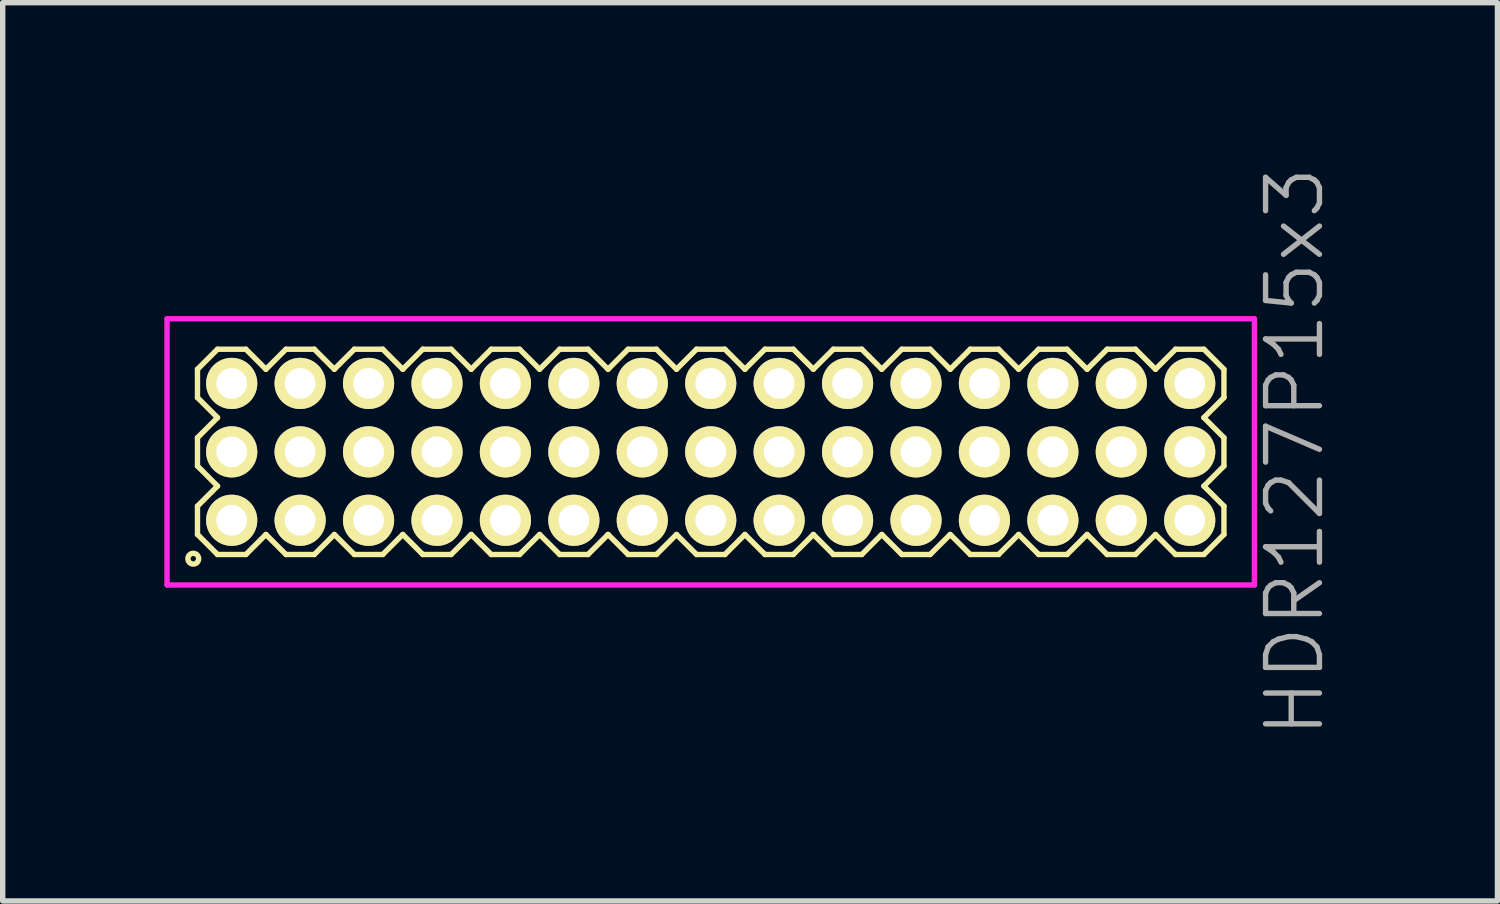
<source format=kicad_pcb>
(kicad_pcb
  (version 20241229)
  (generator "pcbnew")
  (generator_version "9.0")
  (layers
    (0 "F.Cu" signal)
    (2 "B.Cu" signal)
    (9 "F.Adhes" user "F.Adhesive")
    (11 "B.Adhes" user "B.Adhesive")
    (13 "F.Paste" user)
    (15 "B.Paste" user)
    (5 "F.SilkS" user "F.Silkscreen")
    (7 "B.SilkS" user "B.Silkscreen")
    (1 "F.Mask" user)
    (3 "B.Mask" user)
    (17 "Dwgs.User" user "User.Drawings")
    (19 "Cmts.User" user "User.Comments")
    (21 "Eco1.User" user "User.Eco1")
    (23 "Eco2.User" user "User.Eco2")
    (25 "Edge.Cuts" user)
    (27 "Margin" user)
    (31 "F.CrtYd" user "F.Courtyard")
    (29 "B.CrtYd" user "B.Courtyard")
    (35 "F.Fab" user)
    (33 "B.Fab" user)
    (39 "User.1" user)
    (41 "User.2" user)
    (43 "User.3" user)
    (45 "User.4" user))
  (footprint "HDR127P15x3"
    (layer "F.Cu")
    (at 10.14 5.336)
    (property "Reference" "HDR127P15x3" (at 10.84 0 90) (layer "F.Fab") (effects (font (size 1 1) (thickness 0.1))))
    (attr through_hole)
    (fp_line (start -9.525 -1.533) (end -9.153 -1.905) (stroke (width 0.1) (type solid)) (layer "F.SilkS"))
    (fp_line (start -9.525 -1.007) (end -9.525 -1.533) (stroke (width 0.1) (type solid)) (layer "F.SilkS"))
    (fp_line (start -9.525 -0.263) (end -9.153 -0.635) (stroke (width 0.1) (type solid)) (layer "F.SilkS"))
    (fp_line (start -9.525 0.263) (end -9.525 -0.263) (stroke (width 0.1) (type solid)) (layer "F.SilkS"))
    (fp_line (start -9.525 1.007) (end -9.153 0.635) (stroke (width 0.1) (type solid)) (layer "F.SilkS"))
    (fp_line (start -9.525 1.533) (end -9.525 1.007) (stroke (width 0.1) (type solid)) (layer "F.SilkS"))
    (fp_line (start -9.153 -1.905) (end -8.627 -1.905) (stroke (width 0.1) (type solid)) (layer "F.SilkS"))
    (fp_line (start -9.153 -0.635) (end -9.525 -1.007) (stroke (width 0.1) (type solid)) (layer "F.SilkS"))
    (fp_line (start -9.153 0.635) (end -9.525 0.263) (stroke (width 0.1) (type solid)) (layer "F.SilkS"))
    (fp_line (start -9.153 1.905) (end -9.525 1.533) (stroke (width 0.1) (type solid)) (layer "F.SilkS"))
    (fp_line (start -8.627 -1.905) (end -8.255 -1.533) (stroke (width 0.1) (type solid)) (layer "F.SilkS"))
    (fp_line (start -8.627 1.905) (end -9.153 1.905) (stroke (width 0.1) (type solid)) (layer "F.SilkS"))
    (fp_line (start -8.255 -1.533) (end -7.883 -1.905) (stroke (width 0.1) (type solid)) (layer "F.SilkS"))
    (fp_line (start -8.255 1.533) (end -8.627 1.905) (stroke (width 0.1) (type solid)) (layer "F.SilkS"))
    (fp_line (start -7.883 -1.905) (end -7.357 -1.905) (stroke (width 0.1) (type solid)) (layer "F.SilkS"))
    (fp_line (start -7.883 1.905) (end -8.255 1.533) (stroke (width 0.1) (type solid)) (layer "F.SilkS"))
    (fp_line (start -7.357 -1.905) (end -6.985 -1.533) (stroke (width 0.1) (type solid)) (layer "F.SilkS"))
    (fp_line (start -7.357 1.905) (end -7.883 1.905) (stroke (width 0.1) (type solid)) (layer "F.SilkS"))
    (fp_line (start -6.985 -1.533) (end -6.613 -1.905) (stroke (width 0.1) (type solid)) (layer "F.SilkS"))
    (fp_line (start -6.985 1.533) (end -7.357 1.905) (stroke (width 0.1) (type solid)) (layer "F.SilkS"))
    (fp_line (start -6.613 -1.905) (end -6.087 -1.905) (stroke (width 0.1) (type solid)) (layer "F.SilkS"))
    (fp_line (start -6.613 1.905) (end -6.985 1.533) (stroke (width 0.1) (type solid)) (layer "F.SilkS"))
    (fp_line (start -6.087 -1.905) (end -5.715 -1.533) (stroke (width 0.1) (type solid)) (layer "F.SilkS"))
    (fp_line (start -6.087 1.905) (end -6.613 1.905) (stroke (width 0.1) (type solid)) (layer "F.SilkS"))
    (fp_line (start -5.715 -1.533) (end -5.343 -1.905) (stroke (width 0.1) (type solid)) (layer "F.SilkS"))
    (fp_line (start -5.715 1.533) (end -6.087 1.905) (stroke (width 0.1) (type solid)) (layer "F.SilkS"))
    (fp_line (start -5.343 -1.905) (end -4.817 -1.905) (stroke (width 0.1) (type solid)) (layer "F.SilkS"))
    (fp_line (start -5.343 1.905) (end -5.715 1.533) (stroke (width 0.1) (type solid)) (layer "F.SilkS"))
    (fp_line (start -4.817 -1.905) (end -4.445 -1.533) (stroke (width 0.1) (type solid)) (layer "F.SilkS"))
    (fp_line (start -4.817 1.905) (end -5.343 1.905) (stroke (width 0.1) (type solid)) (layer "F.SilkS"))
    (fp_line (start -4.445 -1.533) (end -4.073 -1.905) (stroke (width 0.1) (type solid)) (layer "F.SilkS"))
    (fp_line (start -4.445 1.533) (end -4.817 1.905) (stroke (width 0.1) (type solid)) (layer "F.SilkS"))
    (fp_line (start -4.073 -1.905) (end -3.547 -1.905) (stroke (width 0.1) (type solid)) (layer "F.SilkS"))
    (fp_line (start -4.073 1.905) (end -4.445 1.533) (stroke (width 0.1) (type solid)) (layer "F.SilkS"))
    (fp_line (start -3.547 -1.905) (end -3.175 -1.533) (stroke (width 0.1) (type solid)) (layer "F.SilkS"))
    (fp_line (start -3.547 1.905) (end -4.073 1.905) (stroke (width 0.1) (type solid)) (layer "F.SilkS"))
    (fp_line (start -3.175 -1.533) (end -2.803 -1.905) (stroke (width 0.1) (type solid)) (layer "F.SilkS"))
    (fp_line (start -3.175 1.533) (end -3.547 1.905) (stroke (width 0.1) (type solid)) (layer "F.SilkS"))
    (fp_line (start -2.803 -1.905) (end -2.277 -1.905) (stroke (width 0.1) (type solid)) (layer "F.SilkS"))
    (fp_line (start -2.803 1.905) (end -3.175 1.533) (stroke (width 0.1) (type solid)) (layer "F.SilkS"))
    (fp_line (start -2.277 -1.905) (end -1.905 -1.533) (stroke (width 0.1) (type solid)) (layer "F.SilkS"))
    (fp_line (start -2.277 1.905) (end -2.803 1.905) (stroke (width 0.1) (type solid)) (layer "F.SilkS"))
    (fp_line (start -1.905 -1.533) (end -1.533 -1.905) (stroke (width 0.1) (type solid)) (layer "F.SilkS"))
    (fp_line (start -1.905 1.533) (end -2.277 1.905) (stroke (width 0.1) (type solid)) (layer "F.SilkS"))
    (fp_line (start -1.533 -1.905) (end -1.007 -1.905) (stroke (width 0.1) (type solid)) (layer "F.SilkS"))
    (fp_line (start -1.533 1.905) (end -1.905 1.533) (stroke (width 0.1) (type solid)) (layer "F.SilkS"))
    (fp_line (start -1.007 -1.905) (end -0.635 -1.533) (stroke (width 0.1) (type solid)) (layer "F.SilkS"))
    (fp_line (start -1.007 1.905) (end -1.533 1.905) (stroke (width 0.1) (type solid)) (layer "F.SilkS"))
    (fp_line (start -0.635 -1.533) (end -0.263 -1.905) (stroke (width 0.1) (type solid)) (layer "F.SilkS"))
    (fp_line (start -0.635 1.533) (end -1.007 1.905) (stroke (width 0.1) (type solid)) (layer "F.SilkS"))
    (fp_line (start -0.263 -1.905) (end 0.263 -1.905) (stroke (width 0.1) (type solid)) (layer "F.SilkS"))
    (fp_line (start -0.263 1.905) (end -0.635 1.533) (stroke (width 0.1) (type solid)) (layer "F.SilkS"))
    (fp_line (start 0.263 -1.905) (end 0.635 -1.533) (stroke (width 0.1) (type solid)) (layer "F.SilkS"))
    (fp_line (start 0.263 1.905) (end -0.263 1.905) (stroke (width 0.1) (type solid)) (layer "F.SilkS"))
    (fp_line (start 0.635 -1.533) (end 1.007 -1.905) (stroke (width 0.1) (type solid)) (layer "F.SilkS"))
    (fp_line (start 0.635 1.533) (end 0.263 1.905) (stroke (width 0.1) (type solid)) (layer "F.SilkS"))
    (fp_line (start 1.007 -1.905) (end 1.533 -1.905) (stroke (width 0.1) (type solid)) (layer "F.SilkS"))
    (fp_line (start 1.007 1.905) (end 0.635 1.533) (stroke (width 0.1) (type solid)) (layer "F.SilkS"))
    (fp_line (start 1.533 -1.905) (end 1.905 -1.533) (stroke (width 0.1) (type solid)) (layer "F.SilkS"))
    (fp_line (start 1.533 1.905) (end 1.007 1.905) (stroke (width 0.1) (type solid)) (layer "F.SilkS"))
    (fp_line (start 1.905 -1.533) (end 2.277 -1.905) (stroke (width 0.1) (type solid)) (layer "F.SilkS"))
    (fp_line (start 1.905 1.533) (end 1.533 1.905) (stroke (width 0.1) (type solid)) (layer "F.SilkS"))
    (fp_line (start 2.277 -1.905) (end 2.803 -1.905) (stroke (width 0.1) (type solid)) (layer "F.SilkS"))
    (fp_line (start 2.277 1.905) (end 1.905 1.533) (stroke (width 0.1) (type solid)) (layer "F.SilkS"))
    (fp_line (start 2.803 -1.905) (end 3.175 -1.533) (stroke (width 0.1) (type solid)) (layer "F.SilkS"))
    (fp_line (start 2.803 1.905) (end 2.277 1.905) (stroke (width 0.1) (type solid)) (layer "F.SilkS"))
    (fp_line (start 3.175 -1.533) (end 3.547 -1.905) (stroke (width 0.1) (type solid)) (layer "F.SilkS"))
    (fp_line (start 3.175 1.533) (end 2.803 1.905) (stroke (width 0.1) (type solid)) (layer "F.SilkS"))
    (fp_line (start 3.547 -1.905) (end 4.073 -1.905) (stroke (width 0.1) (type solid)) (layer "F.SilkS"))
    (fp_line (start 3.547 1.905) (end 3.175 1.533) (stroke (width 0.1) (type solid)) (layer "F.SilkS"))
    (fp_line (start 4.073 -1.905) (end 4.445 -1.533) (stroke (width 0.1) (type solid)) (layer "F.SilkS"))
    (fp_line (start 4.073 1.905) (end 3.547 1.905) (stroke (width 0.1) (type solid)) (layer "F.SilkS"))
    (fp_line (start 4.445 -1.533) (end 4.817 -1.905) (stroke (width 0.1) (type solid)) (layer "F.SilkS"))
    (fp_line (start 4.445 1.533) (end 4.073 1.905) (stroke (width 0.1) (type solid)) (layer "F.SilkS"))
    (fp_line (start 4.817 -1.905) (end 5.343 -1.905) (stroke (width 0.1) (type solid)) (layer "F.SilkS"))
    (fp_line (start 4.817 1.905) (end 4.445 1.533) (stroke (width 0.1) (type solid)) (layer "F.SilkS"))
    (fp_line (start 5.343 -1.905) (end 5.715 -1.533) (stroke (width 0.1) (type solid)) (layer "F.SilkS"))
    (fp_line (start 5.343 1.905) (end 4.817 1.905) (stroke (width 0.1) (type solid)) (layer "F.SilkS"))
    (fp_line (start 5.715 -1.533) (end 6.087 -1.905) (stroke (width 0.1) (type solid)) (layer "F.SilkS"))
    (fp_line (start 5.715 1.533) (end 5.343 1.905) (stroke (width 0.1) (type solid)) (layer "F.SilkS"))
    (fp_line (start 6.087 -1.905) (end 6.613 -1.905) (stroke (width 0.1) (type solid)) (layer "F.SilkS"))
    (fp_line (start 6.087 1.905) (end 5.715 1.533) (stroke (width 0.1) (type solid)) (layer "F.SilkS"))
    (fp_line (start 6.613 -1.905) (end 6.985 -1.533) (stroke (width 0.1) (type solid)) (layer "F.SilkS"))
    (fp_line (start 6.613 1.905) (end 6.087 1.905) (stroke (width 0.1) (type solid)) (layer "F.SilkS"))
    (fp_line (start 6.985 -1.533) (end 7.357 -1.905) (stroke (width 0.1) (type solid)) (layer "F.SilkS"))
    (fp_line (start 6.985 1.533) (end 6.613 1.905) (stroke (width 0.1) (type solid)) (layer "F.SilkS"))
    (fp_line (start 7.357 -1.905) (end 7.883 -1.905) (stroke (width 0.1) (type solid)) (layer "F.SilkS"))
    (fp_line (start 7.357 1.905) (end 6.985 1.533) (stroke (width 0.1) (type solid)) (layer "F.SilkS"))
    (fp_line (start 7.883 -1.905) (end 8.255 -1.533) (stroke (width 0.1) (type solid)) (layer "F.SilkS"))
    (fp_line (start 7.883 1.905) (end 7.357 1.905) (stroke (width 0.1) (type solid)) (layer "F.SilkS"))
    (fp_line (start 8.255 -1.533) (end 8.627 -1.905) (stroke (width 0.1) (type solid)) (layer "F.SilkS"))
    (fp_line (start 8.255 1.533) (end 7.883 1.905) (stroke (width 0.1) (type solid)) (layer "F.SilkS"))
    (fp_line (start 8.627 -1.905) (end 9.153 -1.905) (stroke (width 0.1) (type solid)) (layer "F.SilkS"))
    (fp_line (start 8.627 1.905) (end 8.255 1.533) (stroke (width 0.1) (type solid)) (layer "F.SilkS"))
    (fp_line (start 9.153 -1.905) (end 9.525 -1.533) (stroke (width 0.1) (type solid)) (layer "F.SilkS"))
    (fp_line (start 9.153 -0.635) (end 9.525 -0.263) (stroke (width 0.1) (type solid)) (layer "F.SilkS"))
    (fp_line (start 9.153 0.635) (end 9.525 1.007) (stroke (width 0.1) (type solid)) (layer "F.SilkS"))
    (fp_line (start 9.153 1.905) (end 8.627 1.905) (stroke (width 0.1) (type solid)) (layer "F.SilkS"))
    (fp_line (start 9.525 -1.533) (end 9.525 -1.007) (stroke (width 0.1) (type solid)) (layer "F.SilkS"))
    (fp_line (start 9.525 -1.007) (end 9.153 -0.635) (stroke (width 0.1) (type solid)) (layer "F.SilkS"))
    (fp_line (start 9.525 -0.263) (end 9.525 0.263) (stroke (width 0.1) (type solid)) (layer "F.SilkS"))
    (fp_line (start 9.525 0.263) (end 9.153 0.635) (stroke (width 0.1) (type solid)) (layer "F.SilkS"))
    (fp_line (start 9.525 1.007) (end 9.525 1.533) (stroke (width 0.1) (type solid)) (layer "F.SilkS"))
    (fp_line (start 9.525 1.533) (end 9.153 1.905) (stroke (width 0.1) (type solid)) (layer "F.SilkS"))
    (fp_circle (center -9.603 1.983) (end -9.503 1.983) (stroke (width 0.1) (type solid)) (fill no) (layer "F.SilkS"))
    (fp_line (start -10.09 -2.47) (end -10.09 2.47) (stroke (width 0.1) (type solid)) (layer "F.CrtYd"))
    (fp_line (start -10.09 2.47) (end 10.09 2.47) (stroke (width 0.1) (type solid)) (layer "F.CrtYd"))
    (fp_line (start 10.09 -2.47) (end -10.09 -2.47) (stroke (width 0.1) (type solid)) (layer "F.CrtYd"))
    (fp_line (start 10.09 2.47) (end 10.09 -2.47) (stroke (width 0.1) (type solid)) (layer "F.CrtYd"))
    (pad "1" thru_hole oval (at -8.89 1.27) (size 0.95 0.95) (drill 0.57) (layers "*.Cu" "*.Mask" "F.SilkS"))
    (pad "2" thru_hole oval (at -8.89 0) (size 0.95 0.95) (drill 0.57) (layers "*.Cu" "*.Mask" "F.SilkS"))
    (pad "3" thru_hole oval (at -8.89 -1.27) (size 0.95 0.95) (drill 0.57) (layers "*.Cu" "*.Mask" "F.SilkS"))
    (pad "4" thru_hole oval (at -7.62 1.27) (size 0.95 0.95) (drill 0.57) (layers "*.Cu" "*.Mask" "F.SilkS"))
    (pad "5" thru_hole oval (at -7.62 0) (size 0.95 0.95) (drill 0.57) (layers "*.Cu" "*.Mask" "F.SilkS"))
    (pad "6" thru_hole oval (at -7.62 -1.27) (size 0.95 0.95) (drill 0.57) (layers "*.Cu" "*.Mask" "F.SilkS"))
    (pad "7" thru_hole oval (at -6.35 1.27) (size 0.95 0.95) (drill 0.57) (layers "*.Cu" "*.Mask" "F.SilkS"))
    (pad "8" thru_hole oval (at -6.35 0) (size 0.95 0.95) (drill 0.57) (layers "*.Cu" "*.Mask" "F.SilkS"))
    (pad "9" thru_hole oval (at -6.35 -1.27) (size 0.95 0.95) (drill 0.57) (layers "*.Cu" "*.Mask" "F.SilkS"))
    (pad "10" thru_hole oval (at -5.08 1.27) (size 0.95 0.95) (drill 0.57) (layers "*.Cu" "*.Mask" "F.SilkS"))
    (pad "11" thru_hole oval (at -5.08 0) (size 0.95 0.95) (drill 0.57) (layers "*.Cu" "*.Mask" "F.SilkS"))
    (pad "12" thru_hole oval (at -5.08 -1.27) (size 0.95 0.95) (drill 0.57) (layers "*.Cu" "*.Mask" "F.SilkS"))
    (pad "13" thru_hole oval (at -3.81 1.27) (size 0.95 0.95) (drill 0.57) (layers "*.Cu" "*.Mask" "F.SilkS"))
    (pad "14" thru_hole oval (at -3.81 0) (size 0.95 0.95) (drill 0.57) (layers "*.Cu" "*.Mask" "F.SilkS"))
    (pad "15" thru_hole oval (at -3.81 -1.27) (size 0.95 0.95) (drill 0.57) (layers "*.Cu" "*.Mask" "F.SilkS"))
    (pad "16" thru_hole oval (at -2.54 1.27) (size 0.95 0.95) (drill 0.57) (layers "*.Cu" "*.Mask" "F.SilkS"))
    (pad "17" thru_hole oval (at -2.54 0) (size 0.95 0.95) (drill 0.57) (layers "*.Cu" "*.Mask" "F.SilkS"))
    (pad "18" thru_hole oval (at -2.54 -1.27) (size 0.95 0.95) (drill 0.57) (layers "*.Cu" "*.Mask" "F.SilkS"))
    (pad "19" thru_hole oval (at -1.27 1.27) (size 0.95 0.95) (drill 0.57) (layers "*.Cu" "*.Mask" "F.SilkS"))
    (pad "20" thru_hole oval (at -1.27 0) (size 0.95 0.95) (drill 0.57) (layers "*.Cu" "*.Mask" "F.SilkS"))
    (pad "21" thru_hole oval (at -1.27 -1.27) (size 0.95 0.95) (drill 0.57) (layers "*.Cu" "*.Mask" "F.SilkS"))
    (pad "22" thru_hole oval (at 0 1.27) (size 0.95 0.95) (drill 0.57) (layers "*.Cu" "*.Mask" "F.SilkS"))
    (pad "23" thru_hole oval (at 0 0) (size 0.95 0.95) (drill 0.57) (layers "*.Cu" "*.Mask" "F.SilkS"))
    (pad "24" thru_hole oval (at 0 -1.27) (size 0.95 0.95) (drill 0.57) (layers "*.Cu" "*.Mask" "F.SilkS"))
    (pad "25" thru_hole oval (at 1.27 1.27) (size 0.95 0.95) (drill 0.57) (layers "*.Cu" "*.Mask" "F.SilkS"))
    (pad "26" thru_hole oval (at 1.27 0) (size 0.95 0.95) (drill 0.57) (layers "*.Cu" "*.Mask" "F.SilkS"))
    (pad "27" thru_hole oval (at 1.27 -1.27) (size 0.95 0.95) (drill 0.57) (layers "*.Cu" "*.Mask" "F.SilkS"))
    (pad "28" thru_hole oval (at 2.54 1.27) (size 0.95 0.95) (drill 0.57) (layers "*.Cu" "*.Mask" "F.SilkS"))
    (pad "29" thru_hole oval (at 2.54 0) (size 0.95 0.95) (drill 0.57) (layers "*.Cu" "*.Mask" "F.SilkS"))
    (pad "30" thru_hole oval (at 2.54 -1.27) (size 0.95 0.95) (drill 0.57) (layers "*.Cu" "*.Mask" "F.SilkS"))
    (pad "31" thru_hole oval (at 3.81 1.27) (size 0.95 0.95) (drill 0.57) (layers "*.Cu" "*.Mask" "F.SilkS"))
    (pad "32" thru_hole oval (at 3.81 0) (size 0.95 0.95) (drill 0.57) (layers "*.Cu" "*.Mask" "F.SilkS"))
    (pad "33" thru_hole oval (at 3.81 -1.27) (size 0.95 0.95) (drill 0.57) (layers "*.Cu" "*.Mask" "F.SilkS"))
    (pad "34" thru_hole oval (at 5.08 1.27) (size 0.95 0.95) (drill 0.57) (layers "*.Cu" "*.Mask" "F.SilkS"))
    (pad "35" thru_hole oval (at 5.08 0) (size 0.95 0.95) (drill 0.57) (layers "*.Cu" "*.Mask" "F.SilkS"))
    (pad "36" thru_hole oval (at 5.08 -1.27) (size 0.95 0.95) (drill 0.57) (layers "*.Cu" "*.Mask" "F.SilkS"))
    (pad "37" thru_hole oval (at 6.35 1.27) (size 0.95 0.95) (drill 0.57) (layers "*.Cu" "*.Mask" "F.SilkS"))
    (pad "38" thru_hole oval (at 6.35 0) (size 0.95 0.95) (drill 0.57) (layers "*.Cu" "*.Mask" "F.SilkS"))
    (pad "39" thru_hole oval (at 6.35 -1.27) (size 0.95 0.95) (drill 0.57) (layers "*.Cu" "*.Mask" "F.SilkS"))
    (pad "40" thru_hole oval (at 7.62 1.27) (size 0.95 0.95) (drill 0.57) (layers "*.Cu" "*.Mask" "F.SilkS"))
    (pad "41" thru_hole oval (at 7.62 0) (size 0.95 0.95) (drill 0.57) (layers "*.Cu" "*.Mask" "F.SilkS"))
    (pad "42" thru_hole oval (at 7.62 -1.27) (size 0.95 0.95) (drill 0.57) (layers "*.Cu" "*.Mask" "F.SilkS"))
    (pad "43" thru_hole oval (at 8.89 1.27) (size 0.95 0.95) (drill 0.57) (layers "*.Cu" "*.Mask" "F.SilkS"))
    (pad "44" thru_hole oval (at 8.89 0) (size 0.95 0.95) (drill 0.57) (layers "*.Cu" "*.Mask" "F.SilkS"))
    (pad "45" thru_hole oval (at 8.89 -1.27) (size 0.95 0.95) (drill 0.57) (layers "*.Cu" "*.Mask" "F.SilkS")))
  (gr_rect
    (start -3 -3)
    (end 24.741 13.671)
    (stroke (width 0.1) (type default))
    (fill no)
    (layer "Edge.Cuts")))
</source>
